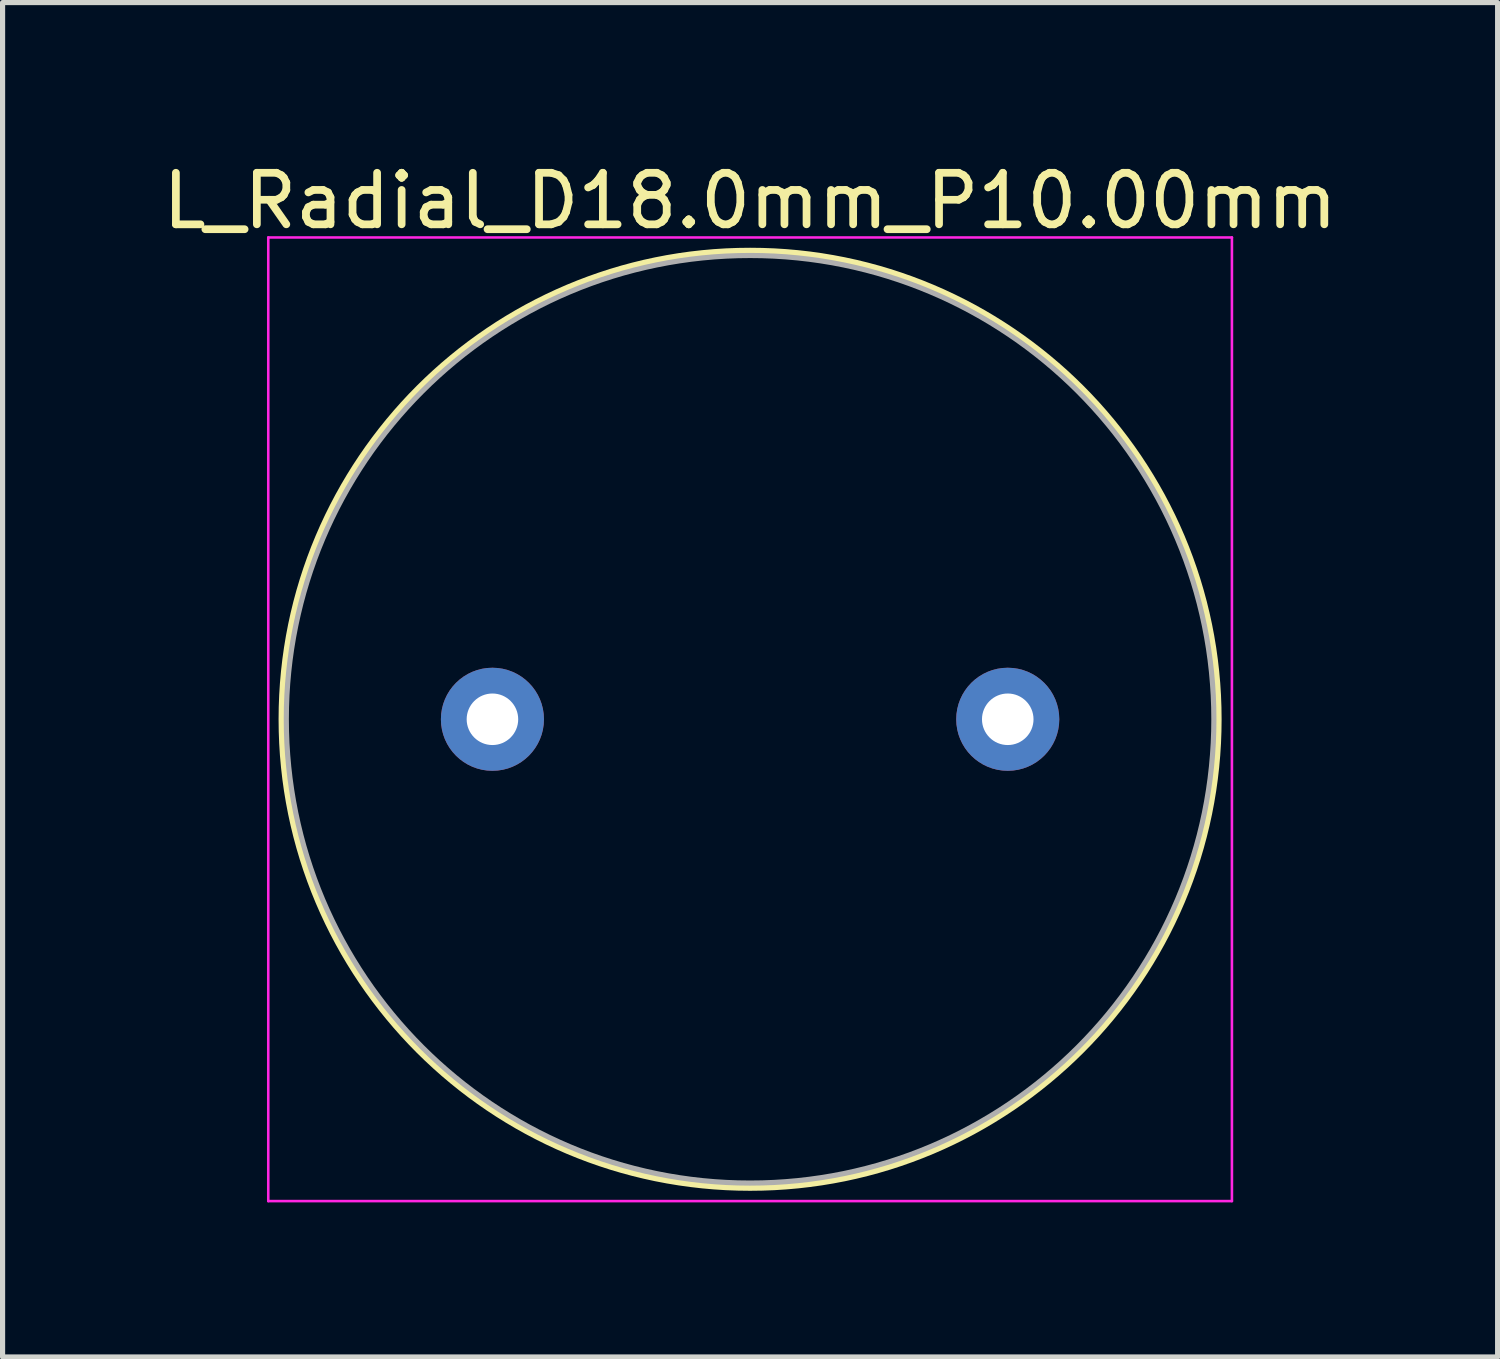
<source format=kicad_pcb>
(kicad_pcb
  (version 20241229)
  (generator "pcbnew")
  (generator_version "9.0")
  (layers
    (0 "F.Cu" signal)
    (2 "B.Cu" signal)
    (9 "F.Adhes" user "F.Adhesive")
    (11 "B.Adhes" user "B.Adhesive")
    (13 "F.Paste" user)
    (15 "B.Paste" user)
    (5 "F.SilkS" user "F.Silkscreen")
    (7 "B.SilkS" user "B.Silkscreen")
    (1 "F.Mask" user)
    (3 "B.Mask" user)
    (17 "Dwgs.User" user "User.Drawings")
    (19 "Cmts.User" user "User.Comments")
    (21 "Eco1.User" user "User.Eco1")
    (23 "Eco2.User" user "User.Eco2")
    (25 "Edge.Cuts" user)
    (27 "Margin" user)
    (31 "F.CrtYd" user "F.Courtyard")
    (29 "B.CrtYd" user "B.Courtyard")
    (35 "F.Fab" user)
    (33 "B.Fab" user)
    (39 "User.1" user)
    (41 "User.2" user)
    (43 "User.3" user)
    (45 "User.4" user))
  (footprint "L_Radial_D18.0mm_P10.00mm"
    (layer "F.Cu")
    (at 6.506 10.908)
    (property "Reference" "L_Radial_D18.0mm_P10.00mm" (at 5 -10.06 0) (layer "F.SilkS") (effects (font (size 1 1) (thickness 0.15))))
    (attr through_hole)
    (fp_circle (center 5 0) (end 14.09 0) (stroke (width 0.12) (type solid)) (fill no) (layer "F.SilkS"))
    (fp_line (start -4.35 -9.35) (end -4.35 9.35) (stroke (width 0.05) (type solid)) (layer "F.CrtYd"))
    (fp_line (start -4.35 9.35) (end 14.35 9.35) (stroke (width 0.05) (type solid)) (layer "F.CrtYd"))
    (fp_line (start 14.35 -9.35) (end -4.35 -9.35) (stroke (width 0.05) (type solid)) (layer "F.CrtYd"))
    (fp_line (start 14.35 9.35) (end 14.35 -9.35) (stroke (width 0.05) (type solid)) (layer "F.CrtYd"))
    (fp_circle (center 5 0) (end 14 0) (stroke (width 0.1) (type solid)) (fill no) (layer "F.Fab"))
    (pad "1" thru_hole circle (at 0 0) (size 2 2) (drill 1) (layers "*.Cu" "*.Mask"))
    (pad "2" thru_hole circle (at 10 0) (size 2 2) (drill 1) (layers "*.Cu" "*.Mask")))
  (gr_rect
    (start -3 -3)
    (end 26.012 23.283)
    (stroke (width 0.1) (type default))
    (fill no)
    (layer "Edge.Cuts")))
</source>
